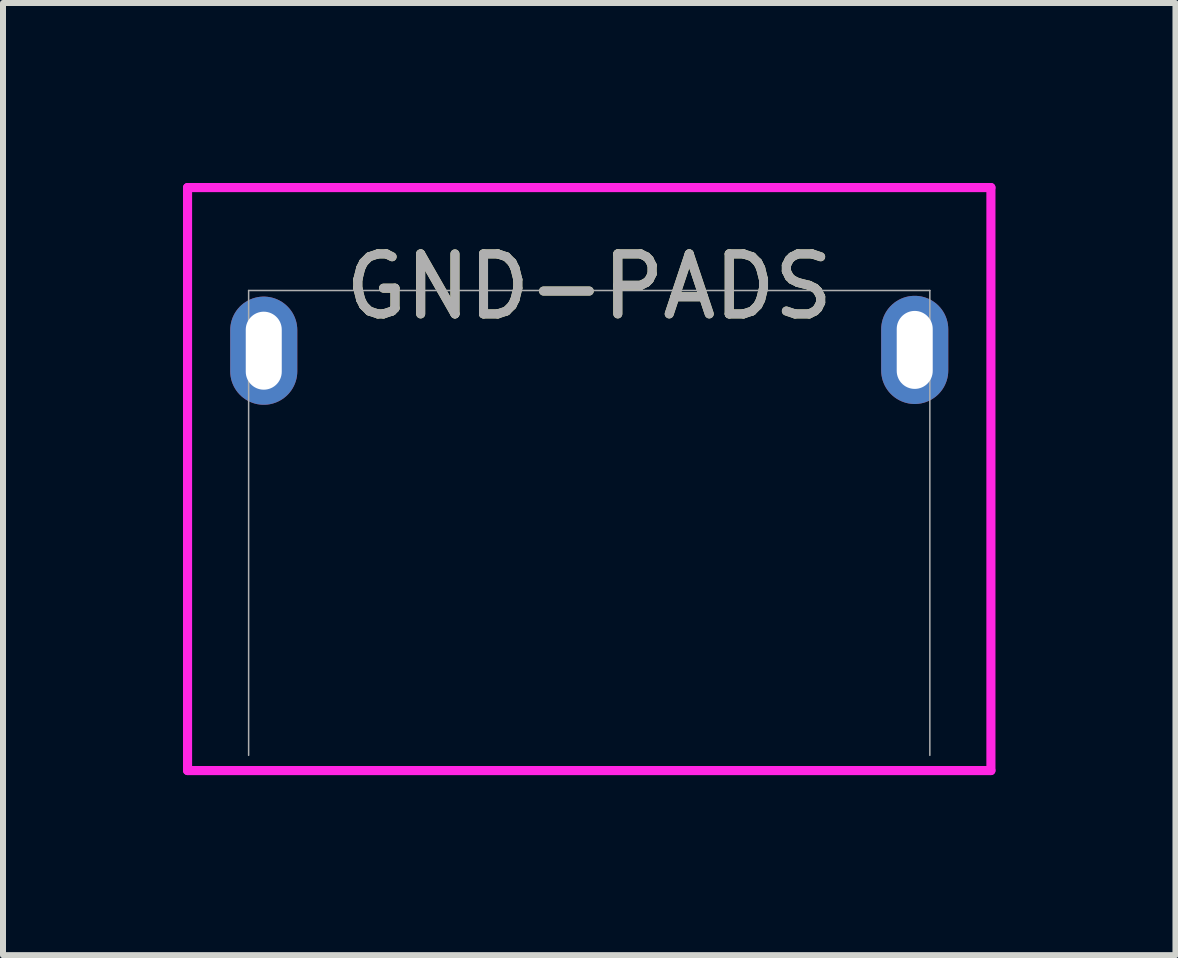
<source format=kicad_pcb>
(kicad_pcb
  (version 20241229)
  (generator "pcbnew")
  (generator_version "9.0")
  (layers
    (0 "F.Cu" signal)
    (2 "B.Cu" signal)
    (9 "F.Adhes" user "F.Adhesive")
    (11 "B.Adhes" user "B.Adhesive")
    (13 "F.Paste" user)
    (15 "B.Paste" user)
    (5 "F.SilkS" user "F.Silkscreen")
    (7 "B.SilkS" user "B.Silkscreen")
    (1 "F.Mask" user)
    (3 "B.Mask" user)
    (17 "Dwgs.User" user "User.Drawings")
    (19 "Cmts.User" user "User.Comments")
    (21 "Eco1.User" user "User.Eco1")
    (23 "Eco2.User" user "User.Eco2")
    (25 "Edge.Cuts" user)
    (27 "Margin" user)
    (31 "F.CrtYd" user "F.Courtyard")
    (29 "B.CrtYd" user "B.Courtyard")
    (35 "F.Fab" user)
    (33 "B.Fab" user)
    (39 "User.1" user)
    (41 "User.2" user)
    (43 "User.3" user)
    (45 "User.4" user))
  (footprint "GND-PADS"
    (layer "F.Cu")
    (at 10.371 1.727)
    (property "Reference" "GND-PADS" (at -3.6 0 0) (unlocked yes) (layer "F.SilkS") (effects (font (size 1 1) (thickness 0.15))))
    (attr smd)
    (fp_line (start -10.295 -1.651) (end -10.295 8.066) (stroke (width 0.152) (type solid)) (layer "F.CrtYd"))
    (fp_line (start -10.295 8.066) (end 3.095 8.066) (stroke (width 0.152) (type solid)) (layer "F.CrtYd"))
    (fp_line (start 3.095 -1.651) (end -10.295 -1.651) (stroke (width 0.152) (type solid)) (layer "F.CrtYd"))
    (fp_line (start 3.095 8.066) (end 3.095 -1.651) (stroke (width 0.152) (type solid)) (layer "F.CrtYd"))
    (fp_line (start -9.277 0.065) (end -9.277 7.812) (stroke (width 0.025) (type solid)) (layer "F.Fab"))
    (fp_line (start 2.077 0.065) (end -9.277 0.065) (stroke (width 0.025) (type solid)) (layer "F.Fab"))
    (fp_line (start 2.077 7.812) (end 2.077 0.065) (stroke (width 0.025) (type solid)) (layer "F.Fab"))
    (fp_text user "${REFERENCE}" (at -3.6 0 0) (unlocked yes) (layer "F.Fab") (effects (font (size 1 1) (thickness 0.15))))
    (pad "SH" thru_hole oval (at -9.025 1.068 90) (size 1.803 1.118) (drill oval 1.3 0.6) (layers "*.Cu" "*.Mask"))
    (pad "SH" thru_hole oval (at 1.825 1.055 90) (size 1.803 1.118) (drill oval 1.3 0.6) (layers "*.Cu" "*.Mask")))
  (gr_rect
    (start -3 -3)
    (end 16.542 12.87)
    (stroke (width 0.1) (type default))
    (fill no)
    (layer "Edge.Cuts")))
</source>
